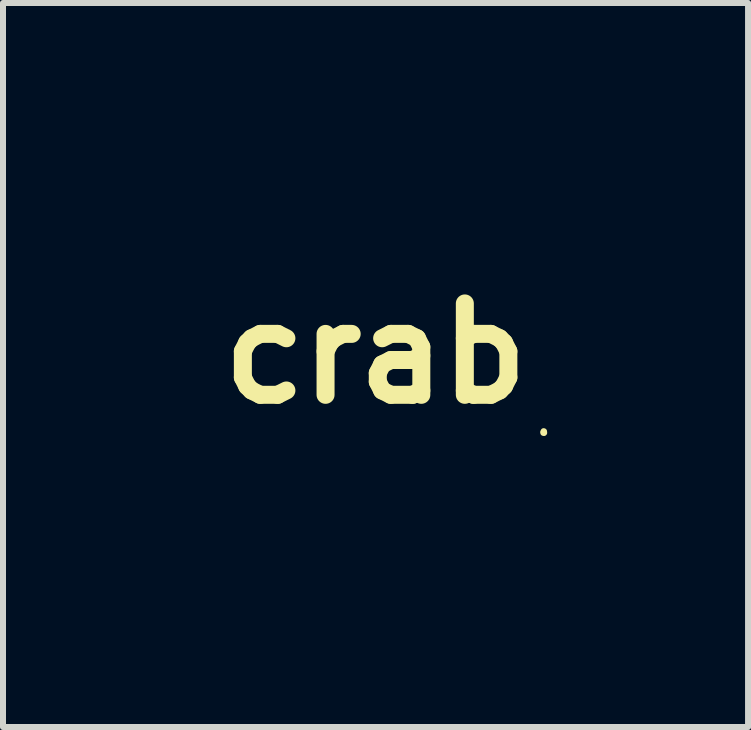
<source format=kicad_pcb>
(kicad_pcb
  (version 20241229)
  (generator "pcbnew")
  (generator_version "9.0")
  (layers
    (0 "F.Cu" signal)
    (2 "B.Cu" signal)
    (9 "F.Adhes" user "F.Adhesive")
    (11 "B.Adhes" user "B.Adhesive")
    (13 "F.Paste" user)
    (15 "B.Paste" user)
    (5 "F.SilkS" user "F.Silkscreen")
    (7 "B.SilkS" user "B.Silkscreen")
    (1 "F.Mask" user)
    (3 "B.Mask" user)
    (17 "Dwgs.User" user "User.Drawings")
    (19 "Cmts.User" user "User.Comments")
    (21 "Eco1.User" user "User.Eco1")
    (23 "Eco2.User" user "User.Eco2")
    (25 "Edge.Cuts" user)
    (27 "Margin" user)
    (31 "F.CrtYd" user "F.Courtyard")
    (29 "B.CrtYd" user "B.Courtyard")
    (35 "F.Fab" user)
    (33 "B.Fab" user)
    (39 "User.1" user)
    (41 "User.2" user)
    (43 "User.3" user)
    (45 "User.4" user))
  (footprint "crab"
    (layer "F.Cu")
    (at 3.213 2.844)
    (property "Reference" "crab" (at 0 0 0) (layer "F.SilkS") (effects (font (size 1.524 1.524) (thickness 0.3))))
    (attr through_hole)
    (fp_poly (pts (xy 2.219 -1.821) (xy 2.192 -1.77) (xy 2.18 -1.757) (xy 2.129 -1.723) (xy 2.07 -1.72) (xy 1.997 -1.749) (xy 1.91 -1.809) (xy 1.734 -1.921) (xy 1.545 -1.994) (xy 1.349 -2.028) (xy 1.152 -2.024) (xy 0.957 -1.981) (xy 0.77 -1.9) (xy 0.618 -1.799) (xy 0.529 -1.739) (xy 0.456 -1.717) (xy 0.394 -1.731) (xy 0.36 -1.757) (xy 0.328 -1.804) (xy 0.318 -1.845) (xy 0.336 -1.896) (xy 0.388 -1.958) (xy 0.466 -2.025) (xy 0.564 -2.093) (xy 0.676 -2.158) (xy 0.794 -2.214) (xy 0.885 -2.249) (xy 0.963 -2.272) (xy 1.042 -2.286) (xy 1.134 -2.294) (xy 1.253 -2.296) (xy 1.27 -2.296) (xy 1.464 -2.287) (xy 1.632 -2.257) (xy 1.787 -2.201) (xy 1.941 -2.118) (xy 1.983 -2.09) (xy 2.097 -2.008) (xy 2.173 -1.938) (xy 2.213 -1.876) (xy 2.219 -1.821)) (stroke (width 0.1) (type solid)) (fill yes) (layer "F.Mask"))
    (fp_poly (pts (xy 2.539 -2.216) (xy 2.535 -2.158) (xy 2.494 -2.105) (xy 2.484 -2.097) (xy 2.438 -2.067) (xy 2.403 -2.053) (xy 2.402 -2.053) (xy 2.373 -2.066) (xy 2.323 -2.099) (xy 2.263 -2.146) (xy 2.261 -2.147) (xy 2.047 -2.3) (xy 1.823 -2.413) (xy 1.725 -2.449) (xy 1.643 -2.474) (xy 1.568 -2.49) (xy 1.488 -2.5) (xy 1.388 -2.505) (xy 1.291 -2.506) (xy 1.05 -2.494) (xy 0.834 -2.452) (xy 0.635 -2.378) (xy 0.443 -2.269) (xy 0.309 -2.17) (xy 0.233 -2.11) (xy 0.181 -2.075) (xy 0.143 -2.059) (xy 0.112 -2.061) (xy 0.078 -2.076) (xy 0.074 -2.078) (xy 0.015 -2.128) (xy -0.004 -2.187) (xy 0.019 -2.256) (xy 0.083 -2.334) (xy 0.109 -2.359) (xy 0.29 -2.496) (xy 0.499 -2.612) (xy 0.727 -2.702) (xy 0.963 -2.764) (xy 1.198 -2.792) (xy 1.267 -2.794) (xy 1.514 -2.775) (xy 1.761 -2.72) (xy 1.999 -2.633) (xy 2.218 -2.518) (xy 2.412 -2.376) (xy 2.431 -2.359) (xy 2.504 -2.282) (xy 2.539 -2.216)) (stroke (width 0.1) (type solid)) (fill yes) (layer "F.Mask"))
    (fp_poly (pts (xy 3.16 2.235) (xy 3.154 2.304) (xy 3.142 2.343) (xy 3.132 2.349) (xy 3.116 2.368) (xy 3.101 2.412) (xy 3.101 2.413) (xy 3.086 2.457) (xy 3.07 2.476) (xy 3.07 2.477) (xy 3.052 2.494) (xy 3.042 2.519) (xy 3.019 2.553) (xy 2.998 2.561) (xy 2.968 2.543) (xy 2.948 2.504) (xy 2.948 2.464) (xy 2.951 2.458) (xy 2.959 2.428) (xy 2.968 2.37) (xy 2.975 2.307) (xy 2.98 2.233) (xy 2.976 2.195) (xy 2.964 2.191) (xy 2.963 2.191) (xy 2.95 2.193) (xy 2.964 2.166) (xy 2.978 2.123) (xy 2.971 2.063) (xy 2.965 2.04) (xy 2.947 1.99) (xy 2.916 1.946) (xy 2.878 1.911) (xy 2.878 1.434) (xy 2.876 1.381) (xy 2.867 1.366) (xy 2.857 1.376) (xy 2.843 1.391) (xy 2.837 1.369) (xy 2.837 1.353) (xy 2.833 1.301) (xy 2.82 1.251) (xy 2.794 1.199) (xy 2.752 1.14) (xy 2.691 1.069) (xy 2.606 0.982) (xy 2.494 0.874) (xy 2.424 0.808) (xy 2.403 0.812) (xy 2.359 0.831) (xy 2.353 0.835) (xy 2.291 0.86) (xy 2.214 0.883) (xy 2.187 0.89) (xy 2.102 0.914) (xy 2.046 0.946) (xy 2.006 0.997) (xy 1.99 1.027) (xy 1.965 1.061) (xy 1.92 1.098) (xy 1.85 1.142) (xy 1.747 1.196) (xy 1.725 1.207) (xy 1.566 1.288) (xy 1.446 1.351) (xy 1.363 1.397) (xy 1.318 1.425) (xy 1.31 1.437) (xy 1.34 1.432) (xy 1.406 1.41) (xy 1.467 1.387) (xy 1.689 1.308) (xy 1.879 1.252) (xy 2.045 1.218) (xy 2.192 1.207) (xy 2.325 1.219) (xy 2.449 1.254) (xy 2.572 1.311) (xy 2.697 1.393) (xy 2.741 1.426) (xy 2.802 1.472) (xy 2.849 1.507) (xy 2.872 1.523) (xy 2.873 1.523) (xy 2.877 1.505) (xy 2.878 1.458) (xy 2.878 1.434) (xy 2.878 1.911) (xy 2.865 1.898) (xy 2.796 1.844) (xy 2.699 1.763) (xy 2.62 1.68) (xy 2.586 1.632) (xy 2.547 1.575) (xy 2.507 1.536) (xy 2.453 1.505) (xy 2.375 1.473) (xy 2.227 1.416) (xy 2.039 1.489) (xy 1.833 1.561) (xy 1.636 1.612) (xy 1.424 1.647) (xy 1.392 1.651) (xy 1.293 1.665) (xy 1.266 1.669) (xy 1.266 1.453) (xy 1.263 1.446) (xy 1.238 1.444) (xy 1.235 1.446) (xy 1.238 1.459) (xy 1.249 1.46) (xy 1.266 1.453) (xy 1.266 1.669) (xy 1.217 1.678) (xy 1.203 1.681) (xy 1.203 1.474) (xy 1.199 1.468) (xy 1.174 1.465) (xy 1.171 1.468) (xy 1.174 1.48) (xy 1.185 1.482) (xy 1.203 1.474) (xy 1.203 1.681) (xy 1.169 1.69) (xy 1.151 1.699) (xy 1.166 1.703) (xy 1.218 1.703) (xy 1.281 1.698) (xy 1.372 1.691) (xy 1.466 1.687) (xy 1.571 1.686) (xy 1.696 1.688) (xy 1.85 1.694) (xy 1.937 1.697) (xy 2.098 1.715) (xy 2.223 1.753) (xy 2.312 1.813) (xy 2.328 1.83) (xy 2.363 1.858) (xy 2.422 1.891) (xy 2.46 1.909) (xy 2.536 1.952) (xy 2.609 2.01) (xy 2.632 2.034) (xy 2.682 2.099) (xy 2.729 2.174) (xy 2.771 2.249) (xy 2.802 2.317) (xy 2.817 2.368) (xy 2.813 2.393) (xy 2.8 2.417) (xy 2.813 2.451) (xy 2.834 2.499) (xy 2.83 2.515) (xy 2.817 2.51) (xy 2.806 2.523) (xy 2.794 2.569) (xy 2.784 2.638) (xy 2.783 2.646) (xy 2.773 2.721) (xy 2.761 2.768) (xy 2.748 2.781) (xy 2.748 2.781) (xy 2.721 2.786) (xy 2.7 2.807) (xy 2.685 2.823) (xy 2.678 2.813) (xy 2.678 2.772) (xy 2.682 2.714) (xy 2.685 2.641) (xy 2.68 2.595) (xy 2.672 2.582) (xy 2.661 2.565) (xy 2.662 2.526) (xy 2.665 2.487) (xy 2.649 2.485) (xy 2.649 2.485) (xy 2.629 2.482) (xy 2.625 2.458) (xy 2.611 2.415) (xy 2.595 2.398) (xy 2.571 2.366) (xy 2.558 2.321) (xy 2.549 2.286) (xy 2.526 2.26) (xy 2.48 2.235) (xy 2.416 2.21) (xy 2.332 2.173) (xy 2.252 2.13) (xy 2.205 2.099) (xy 2.142 2.052) (xy 2.064 2) (xy 2.015 1.969) (xy 1.948 1.93) (xy 1.899 1.912) (xy 1.848 1.909) (xy 1.793 1.916) (xy 1.728 1.922) (xy 1.634 1.928) (xy 1.523 1.933) (xy 1.412 1.937) (xy 1.309 1.939) (xy 1.223 1.943) (xy 1.161 1.948) (xy 1.131 1.952) (xy 1.13 1.953) (xy 1.145 1.96) (xy 1.192 1.972) (xy 1.265 1.985) (xy 1.306 1.991) (xy 1.395 2.006) (xy 1.472 2.024) (xy 1.524 2.041) (xy 1.534 2.046) (xy 1.589 2.069) (xy 1.629 2.075) (xy 1.689 2.092) (xy 1.766 2.143) (xy 1.855 2.221) (xy 1.951 2.324) (xy 2.049 2.446) (xy 2.061 2.461) (xy 2.129 2.572) (xy 2.182 2.69) (xy 2.21 2.798) (xy 2.211 2.802) (xy 2.221 2.859) (xy 2.232 2.897) (xy 2.233 2.9) (xy 2.232 2.92) (xy 2.224 2.921) (xy 2.212 2.936) (xy 2.215 2.953) (xy 2.217 2.99) (xy 2.205 3.037) (xy 2.186 3.079) (xy 2.165 3.1) (xy 2.157 3.099) (xy 2.142 3.107) (xy 2.138 3.131) (xy 2.121 3.165) (xy 2.084 3.178) (xy 2.05 3.165) (xy 2.048 3.14) (xy 2.054 3.087) (xy 2.061 3.05) (xy 2.071 2.976) (xy 2.065 2.918) (xy 2.041 2.854) (xy 1.997 2.774) (xy 1.933 2.68) (xy 1.856 2.579) (xy 1.772 2.479) (xy 1.688 2.389) (xy 1.611 2.316) (xy 1.547 2.267) (xy 1.528 2.257) (xy 1.476 2.241) (xy 1.393 2.223) (xy 1.292 2.206) (xy 1.196 2.193) (xy 1.063 2.175) (xy 0.959 2.155) (xy 0.871 2.128) (xy 0.797 2.098) (xy 0.67 2.046) (xy 0.573 2.019) (xy 0.5 2.018) (xy 0.447 2.04) (xy 0.442 2.045) (xy 0.421 2.06) (xy 0.393 2.071) (xy 0.35 2.079) (xy 0.285 2.084) (xy 0.193 2.087) (xy 0.067 2.09) (xy 0.039 2.09) (xy -0.107 2.092) (xy -0.216 2.09) (xy -0.294 2.085) (xy -0.347 2.077) (xy -0.376 2.067) (xy -0.474 2.035) (xy -0.592 2.024) (xy -0.712 2.033) (xy -0.767 2.045) (xy -0.831 2.058) (xy -0.925 2.07) (xy -1.005 2.077) (xy -1.005 1.825) (xy -1.079 1.825) (xy -1.147 1.828) (xy -1.228 1.836) (xy -1.259 1.841) (xy -1.312 1.849) (xy -1.312 1.365) (xy -1.323 1.355) (xy -1.333 1.365) (xy -1.323 1.376) (xy -1.312 1.365) (xy -1.312 1.849) (xy -1.359 1.856) (xy -1.359 1.345) (xy -1.372 1.331) (xy -1.416 1.3) (xy -1.485 1.256) (xy -1.572 1.202) (xy -1.673 1.143) (xy -1.779 1.082) (xy -1.807 1.067) (xy -1.912 1.005) (xy -1.981 0.953) (xy -2.014 0.913) (xy -2.014 0.913) (xy -2.031 0.881) (xy -2.058 0.87) (xy -2.11 0.875) (xy -2.119 0.876) (xy -2.192 0.893) (xy -2.258 0.917) (xy -2.266 0.921) (xy -2.33 0.944) (xy -2.388 0.953) (xy -2.448 0.967) (xy -2.5 0.998) (xy -2.54 1.031) (xy -2.603 1.08) (xy -2.677 1.137) (xy -2.704 1.158) (xy -2.858 1.272) (xy -2.851 1.367) (xy -2.851 1.429) (xy -2.861 1.453) (xy -2.869 1.453) (xy -2.884 1.463) (xy -2.891 1.51) (xy -2.892 1.557) (xy -2.89 1.671) (xy -2.805 1.59) (xy -2.738 1.529) (xy -2.658 1.463) (xy -2.614 1.428) (xy -2.482 1.341) (xy -2.343 1.273) (xy -2.211 1.228) (xy -2.147 1.216) (xy -2.027 1.213) (xy -1.874 1.23) (xy -1.694 1.265) (xy -1.546 1.302) (xy -1.465 1.324) (xy -1.401 1.339) (xy -1.365 1.346) (xy -1.359 1.345) (xy -1.359 1.856) (xy -1.365 1.857) (xy -1.27 1.859) (xy -1.187 1.855) (xy -1.104 1.845) (xy -1.09 1.843) (xy -1.005 1.825) (xy -1.005 2.077) (xy -1.038 2.08) (xy -1.158 2.088) (xy -1.175 2.088) (xy -1.303 2.094) (xy -1.397 2.103) (xy -1.466 2.118) (xy -1.518 2.143) (xy -1.562 2.183) (xy -1.607 2.24) (xy -1.645 2.295) (xy -1.689 2.354) (xy -1.749 2.429) (xy -1.813 2.503) (xy -1.817 2.508) (xy -1.906 2.611) (xy -1.969 2.693) (xy -2.01 2.762) (xy -2.034 2.827) (xy -2.045 2.896) (xy -2.046 2.917) (xy -2.052 2.988) (xy -2.059 3.043) (xy -2.063 3.064) (xy -2.084 3.081) (xy -2.113 3.071) (xy -2.135 3.042) (xy -2.138 3.023) (xy -2.147 2.995) (xy -2.161 2.996) (xy -2.176 2.995) (xy -2.172 2.971) (xy -2.168 2.922) (xy -2.178 2.866) (xy -2.186 2.803) (xy -2.177 2.766) (xy -2.169 2.736) (xy -2.182 2.731) (xy -2.192 2.719) (xy -2.173 2.692) (xy -2.146 2.652) (xy -2.138 2.627) (xy -2.124 2.576) (xy -2.083 2.504) (xy -2.014 2.41) (xy -1.913 2.292) (xy -1.813 2.181) (xy -1.733 2.094) (xy -1.665 2.018) (xy -1.613 1.959) (xy -1.583 1.921) (xy -1.576 1.91) (xy -1.599 1.91) (xy -1.647 1.92) (xy -1.665 1.925) (xy -1.765 1.944) (xy -1.846 1.943) (xy -1.898 1.922) (xy -1.905 1.916) (xy -1.954 1.886) (xy -2.018 1.894) (xy -2.094 1.938) (xy -2.18 2.016) (xy -2.204 2.043) (xy -2.239 2.084) (xy -2.292 2.15) (xy -2.357 2.231) (xy -2.42 2.312) (xy -2.489 2.402) (xy -2.535 2.467) (xy -2.563 2.517) (xy -2.579 2.56) (xy -2.586 2.605) (xy -2.587 2.624) (xy -2.593 2.685) (xy -2.603 2.723) (xy -2.61 2.73) (xy -2.617 2.749) (xy -2.618 2.797) (xy -2.615 2.861) (xy -2.608 2.929) (xy -2.599 2.986) (xy -2.591 3.014) (xy -2.592 3.042) (xy -2.613 3.046) (xy -2.636 3.025) (xy -2.665 3.011) (xy -2.68 3.014) (xy -2.704 3.008) (xy -2.709 2.981) (xy -2.715 2.926) (xy -2.73 2.867) (xy -2.75 2.817) (xy -2.769 2.788) (xy -2.778 2.787) (xy -2.789 2.779) (xy -2.785 2.737) (xy -2.784 2.733) (xy -2.779 2.686) (xy -2.79 2.667) (xy -2.79 2.667) (xy -2.8 2.648) (xy -2.794 2.596) (xy -2.792 2.588) (xy -2.779 2.509) (xy -2.773 2.429) (xy -2.773 2.428) (xy -2.768 2.37) (xy -2.75 2.311) (xy -2.716 2.244) (xy -2.661 2.161) (xy -2.582 2.053) (xy -2.579 2.049) (xy -2.459 1.909) (xy -2.34 1.809) (xy -2.219 1.744) (xy -2.201 1.738) (xy -2.116 1.714) (xy -2.003 1.689) (xy -1.874 1.666) (xy -1.745 1.647) (xy -1.628 1.634) (xy -1.541 1.63) (xy -1.469 1.628) (xy -1.418 1.621) (xy -1.397 1.613) (xy -1.397 1.613) (xy -1.417 1.601) (xy -1.47 1.586) (xy -1.549 1.569) (xy -1.645 1.553) (xy -1.75 1.537) (xy -1.855 1.524) (xy -1.953 1.516) (xy -1.958 1.516) (xy -2.049 1.507) (xy -2.132 1.495) (xy -2.191 1.482) (xy -2.197 1.48) (xy -2.235 1.469) (xy -2.267 1.471) (xy -2.302 1.491) (xy -2.354 1.533) (xy -2.377 1.553) (xy -2.453 1.622) (xy -2.51 1.675) (xy -2.559 1.724) (xy -2.611 1.782) (xy -2.649 1.826) (xy -2.717 1.897) (xy -2.795 1.968) (xy -2.838 2.002) (xy -2.926 2.086) (xy -2.974 2.18) (xy -2.98 2.283) (xy -2.98 2.286) (xy -2.979 2.327) (xy -2.992 2.335) (xy -3.002 2.336) (xy -2.998 2.344) (xy -2.988 2.378) (xy -2.977 2.44) (xy -2.966 2.518) (xy -2.958 2.6) (xy -2.955 2.645) (xy -2.966 2.688) (xy -2.994 2.708) (xy -3.025 2.698) (xy -3.041 2.669) (xy -3.058 2.634) (xy -3.072 2.625) (xy -3.087 2.607) (xy -3.09 2.584) (xy -3.105 2.537) (xy -3.126 2.507) (xy -3.144 2.481) (xy -3.155 2.439) (xy -3.161 2.376) (xy -3.163 2.285) (xy -3.16 2.162) (xy -3.156 2.069) (xy -3.15 1.989) (xy -3.138 1.935) (xy -3.113 1.889) (xy -3.068 1.835) (xy -3.06 1.827) (xy -2.971 1.728) (xy -3.001 1.642) (xy -3.016 1.579) (xy -3.027 1.488) (xy -3.034 1.384) (xy -3.035 1.352) (xy -3.037 1.147) (xy -2.951 1.045) (xy -2.873 0.969) (xy -2.768 0.888) (xy -2.649 0.81) (xy -2.527 0.743) (xy -2.445 0.708) (xy -2.312 0.676) (xy -2.189 0.669) (xy -2.123 0.671) (xy -2.067 0.678) (xy -2.011 0.693) (xy -1.944 0.719) (xy -1.856 0.76) (xy -1.798 0.789) (xy -1.651 0.864) (xy -1.521 0.937) (xy -1.392 1.018) (xy -1.25 1.116) (xy -1.199 1.153) (xy -1.135 1.194) (xy -1.077 1.221) (xy -1.046 1.228) (xy -1.017 1.226) (xy -1.007 1.212) (xy -1.012 1.177) (xy -1.026 1.131) (xy -1.056 1.048) (xy -1.089 1) (xy -1.132 0.977) (xy -1.172 0.974) (xy -1.237 0.961) (xy -1.3 0.932) (xy -1.302 0.931) (xy -1.359 0.902) (xy -1.412 0.889) (xy -1.415 0.889) (xy -1.471 0.874) (xy -1.545 0.835) (xy -1.623 0.779) (xy -1.696 0.714) (xy -1.753 0.648) (xy -1.761 0.636) (xy -1.798 0.573) (xy -1.813 0.524) (xy -1.81 0.471) (xy -1.807 0.455) (xy -1.801 0.394) (xy -1.796 0.307) (xy -1.796 0.21) (xy -1.796 0.179) (xy -1.789 -0.008) (xy -1.762 -0.189) (xy -1.717 -0.35) (xy -1.689 -0.416) (xy -1.646 -0.488) (xy -1.579 -0.575) (xy -1.498 -0.668) (xy -1.413 -0.755) (xy -1.333 -0.826) (xy -1.286 -0.86) (xy -1.218 -0.894) (xy -1.154 -0.909) (xy -1.106 -0.904) (xy -1.092 -0.892) (xy -1.1 -0.869) (xy -1.129 -0.82) (xy -1.176 -0.752) (xy -1.234 -0.672) (xy -1.24 -0.665) (xy -1.324 -0.549) (xy -1.381 -0.462) (xy -1.411 -0.399) (xy -1.417 -0.359) (xy -1.41 -0.345) (xy -1.381 -0.343) (xy -1.327 -0.372) (xy -1.248 -0.433) (xy -1.142 -0.526) (xy -1.112 -0.555) (xy -1.039 -0.62) (xy -0.976 -0.674) (xy -0.93 -0.709) (xy -0.909 -0.72) (xy -0.892 -0.702) (xy -0.889 -0.657) (xy -0.901 -0.594) (xy -0.924 -0.525) (xy -0.956 -0.459) (xy -0.967 -0.441) (xy -1.018 -0.367) (xy -1.07 -0.291) (xy -1.086 -0.267) (xy -1.121 -0.207) (xy -1.138 -0.145) (xy -1.143 -0.061) (xy -1.143 -0.055) (xy -1.157 0.075) (xy -1.186 0.166) (xy -1.217 0.247) (xy -1.225 0.31) (xy -1.209 0.373) (xy -1.185 0.424) (xy -1.131 0.509) (xy -1.075 0.552) (xy -1.016 0.554) (xy -0.95 0.515) (xy -0.912 0.478) (xy -0.864 0.441) (xy -0.817 0.423) (xy -0.814 0.423) (xy -0.767 0.407) (xy -0.738 0.379) (xy -0.714 0.351) (xy -0.684 0.344) (xy -0.631 0.355) (xy -0.625 0.357) (xy -0.571 0.369) (xy -0.537 0.372) (xy -0.533 0.371) (xy -0.539 0.351) (xy -0.567 0.311) (xy -0.579 0.296) (xy -0.615 0.249) (xy -0.634 0.214) (xy -0.635 0.209) (xy -0.618 0.152) (xy -0.575 0.116) (xy -0.517 0.105) (xy -0.456 0.119) (xy -0.404 0.162) (xy -0.373 0.216) (xy -0.36 0.267) (xy -0.36 0.316) (xy -0.006 0.306) (xy 0.113 0.303) (xy 0.218 0.3) (xy 0.302 0.298) (xy 0.356 0.297) (xy 0.372 0.296) (xy 0.393 0.278) (xy 0.409 0.233) (xy 0.41 0.229) (xy 0.442 0.146) (xy 0.498 0.098) (xy 0.562 0.085) (xy 0.629 0.094) (xy 0.661 0.123) (xy 0.658 0.175) (xy 0.626 0.246) (xy 0.597 0.303) (xy 0.582 0.344) (xy 0.582 0.357) (xy 0.608 0.359) (xy 0.659 0.351) (xy 0.678 0.346) (xy 0.74 0.334) (xy 0.784 0.342) (xy 0.809 0.357) (xy 0.862 0.38) (xy 0.903 0.384) (xy 0.954 0.398) (xy 0.987 0.435) (xy 1.012 0.468) (xy 1.041 0.482) (xy 1.089 0.482) (xy 1.129 0.477) (xy 1.239 0.454) (xy 1.319 0.413) (xy 1.383 0.346) (xy 1.429 0.272) (xy 1.442 0.243) (xy 1.445 0.213) (xy 1.436 0.171) (xy 1.414 0.108) (xy 1.384 0.032) (xy 1.331 -0.119) (xy 1.3 -0.262) (xy 1.292 -0.332) (xy 1.279 -0.436) (xy 1.26 -0.52) (xy 1.227 -0.603) (xy 1.19 -0.676) (xy 1.143 -0.762) (xy 1.097 -0.844) (xy 1.059 -0.907) (xy 1.052 -0.917) (xy 1.019 -0.985) (xy 0.995 -1.073) (xy 0.981 -1.169) (xy 0.977 -1.265) (xy 0.983 -1.348) (xy 1.002 -1.409) (xy 1.022 -1.432) (xy 1.047 -1.433) (xy 1.053 -1.425) (xy 1.083 -1.371) (xy 1.123 -1.344) (xy 1.149 -1.345) (xy 1.179 -1.363) (xy 1.177 -1.386) (xy 1.142 -1.419) (xy 1.104 -1.445) (xy 1.023 -1.499) (xy 0.932 -1.427) (xy 0.849 -1.373) (xy 0.78 -1.357) (xy 0.72 -1.378) (xy 0.699 -1.397) (xy 0.661 -1.458) (xy 0.663 -1.524) (xy 0.706 -1.593) (xy 0.788 -1.663) (xy 0.907 -1.732) (xy 0.931 -1.744) (xy 1.002 -1.776) (xy 1.062 -1.795) (xy 1.126 -1.806) (xy 1.209 -1.809) (xy 1.27 -1.81) (xy 1.37 -1.808) (xy 1.443 -1.802) (xy 1.503 -1.788) (xy 1.566 -1.764) (xy 1.609 -1.744) (xy 1.734 -1.675) (xy 1.822 -1.605) (xy 1.872 -1.536) (xy 1.882 -1.47) (xy 1.851 -1.407) (xy 1.841 -1.397) (xy 1.786 -1.362) (xy 1.722 -1.362) (xy 1.645 -1.399) (xy 1.607 -1.426) (xy 1.539 -1.472) (xy 1.471 -1.509) (xy 1.441 -1.521) (xy 1.379 -1.535) (xy 1.304 -1.543) (xy 1.23 -1.544) (xy 1.169 -1.539) (xy 1.134 -1.526) (xy 1.132 -1.524) (xy 1.136 -1.505) (xy 1.148 -1.503) (xy 1.179 -1.494) (xy 1.237 -1.471) (xy 1.311 -1.438) (xy 1.333 -1.427) (xy 1.46 -1.351) (xy 1.592 -1.245) (xy 1.718 -1.119) (xy 1.828 -0.983) (xy 1.89 -0.888) (xy 1.98 -0.702) (xy 2.041 -0.503) (xy 2.073 -0.301) (xy 2.076 -0.102) (xy 2.049 0.087) (xy 1.993 0.259) (xy 1.926 0.379) (xy 1.889 0.443) (xy 1.867 0.503) (xy 1.863 0.528) (xy 1.847 0.593) (xy 1.807 0.67) (xy 1.751 0.746) (xy 1.688 0.807) (xy 1.664 0.824) (xy 1.6 0.853) (xy 1.516 0.878) (xy 1.459 0.889) (xy 1.458 0.889) (xy 1.458 -0.853) (xy 1.44 -0.856) (xy 1.409 -0.844) (xy 1.373 -0.821) (xy 1.373 -0.798) (xy 1.379 -0.79) (xy 1.414 -0.768) (xy 1.444 -0.784) (xy 1.457 -0.822) (xy 1.458 -0.853) (xy 1.458 0.889) (xy 1.387 0.902) (xy 1.33 0.917) (xy 1.306 0.927) (xy 1.27 0.946) (xy 1.214 0.968) (xy 1.202 0.972) (xy 1.148 0.996) (xy 1.118 1.031) (xy 1.099 1.086) (xy 1.077 1.155) (xy 1.051 1.213) (xy 1.045 1.223) (xy 1.026 1.257) (xy 1.036 1.265) (xy 1.073 1.257) (xy 1.17 1.222) (xy 1.29 1.16) (xy 1.422 1.077) (xy 1.484 1.036) (xy 1.531 1.006) (xy 1.553 0.995) (xy 1.554 0.995) (xy 1.576 0.985) (xy 1.624 0.959) (xy 1.667 0.934) (xy 1.74 0.895) (xy 1.813 0.861) (xy 1.844 0.849) (xy 1.909 0.817) (xy 1.971 0.768) (xy 1.981 0.759) (xy 2.076 0.683) (xy 2.192 0.626) (xy 2.313 0.596) (xy 2.359 0.593) (xy 2.48 0.612) (xy 2.603 0.666) (xy 2.721 0.747) (xy 2.825 0.85) (xy 2.907 0.968) (xy 2.941 1.04) (xy 2.961 1.106) (xy 2.978 1.187) (xy 2.991 1.275) (xy 3 1.36) (xy 3.003 1.434) (xy 3 1.488) (xy 2.99 1.513) (xy 2.983 1.513) (xy 2.963 1.51) (xy 2.962 1.534) (xy 2.977 1.577) (xy 3.005 1.628) (xy 3.037 1.672) (xy 3.079 1.724) (xy 3.107 1.762) (xy 3.113 1.775) (xy 3.119 1.805) (xy 3.124 1.831) (xy 3.142 1.935) (xy 3.154 2.042) (xy 3.16 2.145) (xy 3.16 2.235)) (stroke (width 0.1) (type solid)) (fill yes) (layer "F.Mask"))
    (fp_poly (pts (xy 2.811 1.323) (xy 2.808 1.326) (xy 2.796 1.324) (xy 2.794 1.312) (xy 2.802 1.295) (xy 2.808 1.298) (xy 2.811 1.323)) (stroke (width 0.1) (type solid)) (fill yes) (layer "F.SilkS")))
  (gr_rect
    (start -3 -3)
    (end 9.423 9.072)
    (stroke (width 0.1) (type default))
    (fill no)
    (layer "Edge.Cuts")))
</source>
